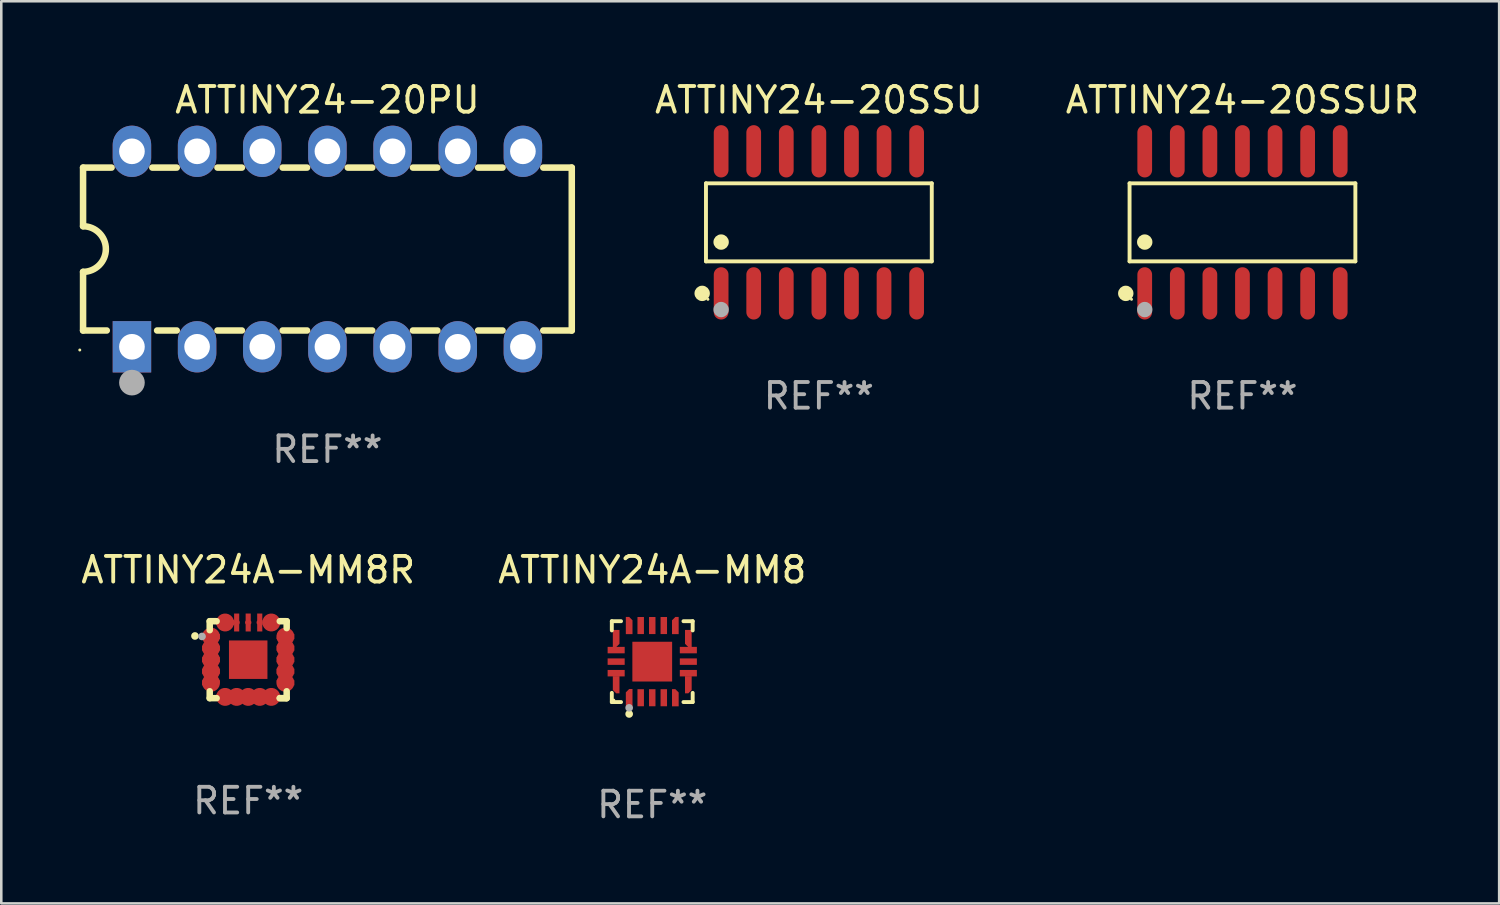
<source format=kicad_pcb>
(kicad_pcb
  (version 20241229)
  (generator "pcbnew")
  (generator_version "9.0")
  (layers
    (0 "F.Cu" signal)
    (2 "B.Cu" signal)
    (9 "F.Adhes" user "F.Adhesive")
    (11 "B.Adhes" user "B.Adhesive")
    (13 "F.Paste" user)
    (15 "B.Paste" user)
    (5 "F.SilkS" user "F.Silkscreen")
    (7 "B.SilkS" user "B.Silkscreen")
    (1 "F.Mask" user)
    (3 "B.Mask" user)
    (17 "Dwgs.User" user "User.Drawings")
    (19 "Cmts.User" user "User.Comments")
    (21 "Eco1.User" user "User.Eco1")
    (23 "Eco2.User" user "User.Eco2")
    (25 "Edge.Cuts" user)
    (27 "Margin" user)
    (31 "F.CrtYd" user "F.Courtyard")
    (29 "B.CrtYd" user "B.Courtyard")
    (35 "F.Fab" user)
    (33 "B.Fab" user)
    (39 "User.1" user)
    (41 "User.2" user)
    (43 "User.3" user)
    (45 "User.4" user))
  (footprint "ATTINY24-20PU"
    (layer "F.Cu")
    (at 9.713 6.658)
    (property "Reference" "ATTINY24-20PU" (at 0 -5.81 0) (layer "F.SilkS") (effects (font (size 1 1) (thickness 0.15))))
    (attr through_hole)
    (fp_line (start -9.525 -3.175) (end -9.525 -0.889) (stroke (width 0.254) (type solid)) (layer "F.SilkS"))
    (fp_line (start -9.525 -3.175) (end -8.414 -3.175) (stroke (width 0.254) (type solid)) (layer "F.SilkS"))
    (fp_line (start -9.525 3.175) (end -9.525 0.889) (stroke (width 0.254) (type solid)) (layer "F.SilkS"))
    (fp_line (start -8.601 3.175) (end -9.525 3.175) (stroke (width 0.254) (type solid)) (layer "F.SilkS"))
    (fp_line (start -6.826 -3.175) (end -5.874 -3.175) (stroke (width 0.254) (type solid)) (layer "F.SilkS"))
    (fp_line (start -5.874 3.175) (end -6.639 3.175) (stroke (width 0.254) (type solid)) (layer "F.SilkS"))
    (fp_line (start -4.286 -3.175) (end -3.334 -3.175) (stroke (width 0.254) (type solid)) (layer "F.SilkS"))
    (fp_line (start -3.334 3.175) (end -4.286 3.175) (stroke (width 0.254) (type solid)) (layer "F.SilkS"))
    (fp_line (start -1.746 -3.175) (end -0.794 -3.175) (stroke (width 0.254) (type solid)) (layer "F.SilkS"))
    (fp_line (start -0.794 3.175) (end -1.746 3.175) (stroke (width 0.254) (type solid)) (layer "F.SilkS"))
    (fp_line (start 0.794 -3.175) (end 1.746 -3.175) (stroke (width 0.254) (type solid)) (layer "F.SilkS"))
    (fp_line (start 1.746 3.175) (end 0.794 3.175) (stroke (width 0.254) (type solid)) (layer "F.SilkS"))
    (fp_line (start 3.334 -3.175) (end 4.286 -3.175) (stroke (width 0.254) (type solid)) (layer "F.SilkS"))
    (fp_line (start 4.286 3.175) (end 3.334 3.175) (stroke (width 0.254) (type solid)) (layer "F.SilkS"))
    (fp_line (start 5.874 -3.175) (end 6.826 -3.175) (stroke (width 0.254) (type solid)) (layer "F.SilkS"))
    (fp_line (start 6.826 3.175) (end 5.874 3.175) (stroke (width 0.254) (type solid)) (layer "F.SilkS"))
    (fp_line (start 8.414 -3.175) (end 9.525 -3.175) (stroke (width 0.254) (type solid)) (layer "F.SilkS"))
    (fp_line (start 9.525 -3.175) (end 9.525 3.175) (stroke (width 0.254) (type solid)) (layer "F.SilkS"))
    (fp_line (start 9.525 3.175) (end 8.414 3.175) (stroke (width 0.254) (type solid)) (layer "F.SilkS"))
    (fp_arc (start -9.525019 -0.889002) (mid -8.636017 0) (end -9.525019 0.889002) (stroke (width 0.254001) (type solid)) (layer "F.SilkS"))
    (fp_circle (center -9.653 3.935) (end -9.623 3.935) (stroke (width 0.06) (type solid)) (fill no) (layer "F.SilkS"))
    (fp_circle (center -7.62 5.207) (end -7.37 5.207) (stroke (width 0.5) (type solid)) (fill no) (layer "F.Fab"))
    (fp_text user "REF**" (at 0 7.81 0) (layer "F.Fab") (effects (font (size 1 1) (thickness 0.15))))
    (pad "1" thru_hole rect (at -7.62 3.81) (size 1.5 2) (drill 1) (layers "*.Cu" "*.Mask"))
    (pad "2" thru_hole oval (at -5.08 3.81) (size 1.5 2) (drill 1) (layers "*.Cu" "*.Mask"))
    (pad "3" thru_hole oval (at -2.54 3.81) (size 1.5 2) (drill 1) (layers "*.Cu" "*.Mask"))
    (pad "4" thru_hole oval (at 0 3.81) (size 1.5 2) (drill 1) (layers "*.Cu" "*.Mask"))
    (pad "5" thru_hole oval (at 2.54 3.81) (size 1.5 2) (drill 1) (layers "*.Cu" "*.Mask"))
    (pad "6" thru_hole oval (at 5.08 3.81) (size 1.5 2) (drill 1) (layers "*.Cu" "*.Mask"))
    (pad "7" thru_hole oval (at 7.62 3.81) (size 1.5 2) (drill 1) (layers "*.Cu" "*.Mask"))
    (pad "8" thru_hole oval (at 7.62 -3.81) (size 1.5 2) (drill 1) (layers "*.Cu" "*.Mask"))
    (pad "9" thru_hole oval (at 5.08 -3.81) (size 1.5 2) (drill 1) (layers "*.Cu" "*.Mask"))
    (pad "10" thru_hole oval (at 2.54 -3.81) (size 1.5 2) (drill 1) (layers "*.Cu" "*.Mask"))
    (pad "11" thru_hole oval (at 0 -3.81) (size 1.5 2) (drill 1) (layers "*.Cu" "*.Mask"))
    (pad "12" thru_hole oval (at -2.54 -3.81) (size 1.5 2) (drill 1) (layers "*.Cu" "*.Mask"))
    (pad "13" thru_hole oval (at -5.08 -3.81) (size 1.5 2) (drill 1) (layers "*.Cu" "*.Mask"))
    (pad "14" thru_hole oval (at -7.62 -3.81) (size 1.5 2) (drill 1) (layers "*.Cu" "*.Mask")))
  (footprint "ATTINY24A-MM8"
    (layer "F.Cu")
    (at 22.375 22.741)
    (property "Reference" "ATTINY24A-MM8" (at 0 -3.576 0) (layer "F.SilkS") (effects (font (size 1 1) (thickness 0.15))))
    (attr through_hole)
    (fp_line (start -1.576 -1.576) (end -1.217 -1.576) (stroke (width 0.152) (type solid)) (layer "F.SilkS"))
    (fp_line (start -1.576 -1.217) (end -1.576 -1.576) (stroke (width 0.152) (type solid)) (layer "F.SilkS"))
    (fp_line (start -1.576 1.217) (end -1.576 1.576) (stroke (width 0.152) (type solid)) (layer "F.SilkS"))
    (fp_line (start -1.576 1.576) (end -1.217 1.576) (stroke (width 0.152) (type solid)) (layer "F.SilkS"))
    (fp_line (start 1.576 -1.576) (end 1.217 -1.576) (stroke (width 0.152) (type solid)) (layer "F.SilkS"))
    (fp_line (start 1.576 -1.217) (end 1.576 -1.576) (stroke (width 0.152) (type solid)) (layer "F.SilkS"))
    (fp_line (start 1.576 1.217) (end 1.576 1.576) (stroke (width 0.152) (type solid)) (layer "F.SilkS"))
    (fp_line (start 1.576 1.576) (end 1.217 1.576) (stroke (width 0.152) (type solid)) (layer "F.SilkS"))
    (fp_circle (center -1.5 1.5) (end -1.47 1.5) (stroke (width 0.06) (type solid)) (fill no) (layer "F.SilkS"))
    (fp_circle (center -0.9 2.04) (end -0.825 2.04) (stroke (width 0.15) (type solid)) (fill no) (layer "F.SilkS"))
    (fp_circle (center -0.9 1.8) (end -0.825 1.8) (stroke (width 0.15) (type solid)) (fill no) (layer "F.Fab"))
    (fp_text user "REF**" (at 0 5.576 0) (layer "F.Fab") (effects (font (size 1 1) (thickness 0.15))))
    (pad "1" smd custom (at -0.9 1.402) (size 0.26 0.67) (layers "F.Cu" "F.Mask" "F.Paste") (options (anchor circle)) (primitives (gr_poly (pts (xy -0.13 0.335) (xy 0.13 0.335) (xy 0.13 -0.335) (xy 0 -0.335) (xy -0.13 -0.205) (xy -0.13 0.335)) (width 0) (fill yes))))
    (pad "2" smd rect (at -0.45 1.407 90) (size 0.665 0.252) (layers "F.Cu" "F.Mask" "F.Paste"))
    (pad "3" smd rect (at -0.000076 1.407 90) (size 0.665 0.252) (layers "F.Cu" "F.Mask" "F.Paste"))
    (pad "4" smd rect (at 0.45 1.407 90) (size 0.665 0.252) (layers "F.Cu" "F.Mask" "F.Paste"))
    (pad "5" smd custom (at 0.9 1.407) (size 0.26 0.67) (layers "F.Cu" "F.Mask" "F.Paste") (options (anchor circle)) (primitives (gr_poly (pts (xy 0.13 0.335) (xy -0.13 0.335) (xy -0.13 -0.335) (xy 0 -0.335) (xy 0.13 -0.205) (xy 0.13 0.335)) (width 0) (fill yes))))
    (pad "6" smd custom (at 1.407 0.9 90) (size 0.26 0.67) (layers "F.Cu" "F.Mask" "F.Paste") (options (anchor circle)) (primitives (gr_poly (pts (xy 0.335 0.13) (xy 0.335 -0.13) (xy -0.335 -0.13) (xy -0.335 0) (xy -0.205 0.13) (xy 0.335 0.13)) (width 0) (fill yes))))
    (pad "7" smd rect (at 1.407 0.45 90) (size 0.252 0.665) (layers "F.Cu" "F.Mask" "F.Paste"))
    (pad "8" smd rect (at 1.407 -0.000076 90) (size 0.252 0.665) (layers "F.Cu" "F.Mask" "F.Paste"))
    (pad "9" smd rect (at 1.407 -0.45 90) (size 0.252 0.665) (layers "F.Cu" "F.Mask" "F.Paste"))
    (pad "10" smd custom (at 1.407 -0.9 90) (size 0.26 0.67) (layers "F.Cu" "F.Mask" "F.Paste") (options (anchor circle)) (primitives (gr_poly (pts (xy 0.335 -0.13) (xy 0.335 0.13) (xy -0.335 0.13) (xy -0.335 0) (xy -0.205 -0.13) (xy 0.335 -0.13)) (width 0) (fill yes))))
    (pad "11" smd custom (at 0.9 -1.407 180) (size 0.26 0.67) (layers "F.Cu" "F.Mask" "F.Paste") (options (anchor circle)) (primitives (gr_poly (pts (xy 0.13 -0.335) (xy -0.13 -0.335) (xy -0.13 0.335) (xy 0 0.335) (xy 0.13 0.205) (xy 0.13 -0.335)) (width 0) (fill yes))))
    (pad "12" smd rect (at 0.45 -1.407 90) (size 0.665 0.252) (layers "F.Cu" "F.Mask" "F.Paste"))
    (pad "13" smd rect (at -0.000076 -1.407 90) (size 0.665 0.252) (layers "F.Cu" "F.Mask" "F.Paste"))
    (pad "14" smd rect (at -0.45 -1.407 90) (size 0.665 0.252) (layers "F.Cu" "F.Mask" "F.Paste"))
    (pad "15" smd custom (at -0.9 -1.407 180) (size 0.26 0.67) (layers "F.Cu" "F.Mask" "F.Paste") (options (anchor circle)) (primitives (gr_poly (pts (xy -0.13 -0.335) (xy 0.13 -0.335) (xy 0.13 0.335) (xy 0 0.335) (xy -0.13 0.205) (xy -0.13 -0.335)) (width 0) (fill yes))))
    (pad "16" smd custom (at -1.407 -0.9 270) (size 0.26 0.67) (layers "F.Cu" "F.Mask" "F.Paste") (options (anchor circle)) (primitives (gr_poly (pts (xy -0.335 -0.13) (xy -0.335 0.13) (xy 0.335 0.13) (xy 0.335 0) (xy 0.205 -0.13) (xy -0.335 -0.13)) (width 0) (fill yes))))
    (pad "17" smd rect (at -1.407 -0.45 90) (size 0.252 0.665) (layers "F.Cu" "F.Mask" "F.Paste"))
    (pad "18" smd rect (at -1.407 -0.000076 90) (size 0.252 0.665) (layers "F.Cu" "F.Mask" "F.Paste"))
    (pad "19" smd rect (at -1.407 0.45 90) (size 0.252 0.665) (layers "F.Cu" "F.Mask" "F.Paste"))
    (pad "20" smd custom (at -1.407 0.9 270) (size 0.26 0.67) (layers "F.Cu" "F.Mask" "F.Paste") (options (anchor circle)) (primitives (gr_poly (pts (xy -0.335 0.13) (xy -0.335 -0.13) (xy 0.335 -0.13) (xy 0.335 0) (xy 0.205 0.13) (xy -0.335 0.13)) (width 0) (fill yes))))
    (pad "21" smd rect (at -0.000076 -0.000076 90) (size 1.55 1.55) (layers "F.Cu" "F.Mask" "F.Paste")))
  (footprint "ATTINY24-20SSU"
    (layer "F.Cu")
    (at 28.87 5.617)
    (property "Reference" "ATTINY24-20SSU" (at 0 -4.769 0) (layer "F.SilkS") (effects (font (size 1 1) (thickness 0.15))))
    (attr through_hole)
    (fp_line (start -4.401 -1.521) (end 4.401 -1.521) (stroke (width 0.152) (type solid)) (layer "F.SilkS"))
    (fp_line (start -4.401 1.521) (end -4.401 -1.521) (stroke (width 0.152) (type solid)) (layer "F.SilkS"))
    (fp_line (start 4.401 -1.521) (end 4.401 1.521) (stroke (width 0.152) (type solid)) (layer "F.SilkS"))
    (fp_line (start 4.401 1.521) (end -4.401 1.521) (stroke (width 0.152) (type solid)) (layer "F.SilkS"))
    (fp_circle (center -4.549 2.769) (end -4.399 2.769) (stroke (width 0.3) (type solid)) (fill no) (layer "F.SilkS"))
    (fp_circle (center -4.325 3) (end -4.295 3) (stroke (width 0.06) (type solid)) (fill no) (layer "F.SilkS"))
    (fp_circle (center -3.81 0.769) (end -3.66 0.769) (stroke (width 0.3) (type solid)) (fill no) (layer "F.SilkS"))
    (fp_circle (center -3.81 3.4) (end -3.66 3.4) (stroke (width 0.3) (type solid)) (fill no) (layer "F.Fab"))
    (fp_text user "REF**" (at 0 6.769 0) (layer "F.Fab") (effects (font (size 1 1) (thickness 0.15))))
    (pad "1" smd oval (at -3.81 2.769) (size 0.574 2.038) (layers "F.Cu" "F.Mask" "F.Paste"))
    (pad "2" smd oval (at -2.54 2.769) (size 0.574 2.038) (layers "F.Cu" "F.Mask" "F.Paste"))
    (pad "3" smd oval (at -1.27 2.769) (size 0.574 2.038) (layers "F.Cu" "F.Mask" "F.Paste"))
    (pad "4" smd oval (at 0 2.769) (size 0.574 2.038) (layers "F.Cu" "F.Mask" "F.Paste"))
    (pad "5" smd oval (at 1.27 2.769) (size 0.574 2.038) (layers "F.Cu" "F.Mask" "F.Paste"))
    (pad "6" smd oval (at 2.54 2.769) (size 0.574 2.038) (layers "F.Cu" "F.Mask" "F.Paste"))
    (pad "7" smd oval (at 3.81 2.769) (size 0.574 2.038) (layers "F.Cu" "F.Mask" "F.Paste"))
    (pad "8" smd oval (at 3.81 -2.769) (size 0.574 2.038) (layers "F.Cu" "F.Mask" "F.Paste"))
    (pad "9" smd oval (at 2.54 -2.769) (size 0.574 2.038) (layers "F.Cu" "F.Mask" "F.Paste"))
    (pad "10" smd oval (at 1.27 -2.769) (size 0.574 2.038) (layers "F.Cu" "F.Mask" "F.Paste"))
    (pad "11" smd oval (at 0 -2.769) (size 0.574 2.038) (layers "F.Cu" "F.Mask" "F.Paste"))
    (pad "12" smd oval (at -1.27 -2.769) (size 0.574 2.038) (layers "F.Cu" "F.Mask" "F.Paste"))
    (pad "13" smd oval (at -2.54 -2.769) (size 0.574 2.038) (layers "F.Cu" "F.Mask" "F.Paste"))
    (pad "14" smd oval (at -3.81 -2.769) (size 0.574 2.038) (layers "F.Cu" "F.Mask" "F.Paste")))
  (footprint "ATTINY24A-MM8R"
    (layer "F.Cu")
    (at 6.625 22.665)
    (property "Reference" "ATTINY24A-MM8R" (at 0 -3.5 0) (layer "F.SilkS") (effects (font (size 1 1) (thickness 0.15))))
    (attr through_hole)
    (fp_line (start -1.5 -1.5) (end -1.5 -1.15) (stroke (width 0.254) (type solid)) (layer "F.SilkS"))
    (fp_line (start -1.5 -1.5) (end -1.231 -1.5) (stroke (width 0.254) (type solid)) (layer "F.SilkS"))
    (fp_line (start -1.5 1.5) (end -1.5 1.231) (stroke (width 0.254) (type solid)) (layer "F.SilkS"))
    (fp_line (start -1.5 1.5) (end -1.231 1.5) (stroke (width 0.254) (type solid)) (layer "F.SilkS"))
    (fp_line (start 1.231 1.5) (end 1.475 1.5) (stroke (width 0.254) (type solid)) (layer "F.SilkS"))
    (fp_line (start 1.231 -1.5) (end 1.5 -1.5) (stroke (width 0.254) (type solid)) (layer "F.SilkS"))
    (fp_line (start 1.5 -1.5) (end 1.5 -1.231) (stroke (width 0.254) (type solid)) (layer "F.SilkS"))
    (fp_line (start 1.5 1.5) (end 1.231 1.5) (stroke (width 0.254) (type solid)) (layer "F.SilkS"))
    (fp_line (start 1.5 1.5) (end 1.5 1.231) (stroke (width 0.254) (type solid)) (layer "F.SilkS"))
    (fp_circle (center -2.075 -0.925) (end -2 -0.925) (stroke (width 0.15) (type solid)) (fill no) (layer "F.SilkS"))
    (fp_circle (center -1.5 -1.506) (end -1.47 -1.506) (stroke (width 0.06) (type solid)) (fill no) (layer "F.SilkS"))
    (fp_circle (center -1.8 -0.906) (end -1.725 -0.906) (stroke (width 0.15) (type solid)) (fill no) (layer "F.Fab"))
    (fp_text user "REF**" (at 0 5.5 0) (layer "F.Fab") (effects (font (size 1 1) (thickness 0.15))))
    (pad "1" smd custom (at -1.45 -0.9 180) (size 0.7 0.2) (layers "F.Cu" "F.Mask" "F.Paste") (options (anchor circle)) (primitives (gr_poly (pts (xy 0.35 0.1) (xy -0.35 0.1) (xy -0.35 -0.1) (xy 0.2 -0.1) (xy 0.25 -0.1) (xy 0.35 0)) (width 0) (fill yes))))
    (pad "2" smd custom (at -1.45 -0.45) (size 0.7 0.25) (layers "F.Cu" "F.Mask" "F.Paste") (options (anchor circle)) (primitives (gr_poly (pts (xy 0.25 0.1) (xy 0.35 0.1) (xy 0.35 -0.1) (xy -0.35 -0.1) (xy -0.35 0.1)) (width 0) (fill yes))))
    (pad "3" smd custom (at -1.45 0.000064) (size 0.7 0.25) (layers "F.Cu" "F.Mask" "F.Paste") (options (anchor circle)) (primitives (gr_poly (pts (xy 0.25 0.1) (xy 0.35 0.1) (xy 0.35 -0.1) (xy -0.35 -0.1) (xy -0.35 0.1)) (width 0) (fill yes))))
    (pad "4" smd custom (at -1.45 0.45) (size 0.7 0.25) (layers "F.Cu" "F.Mask" "F.Paste") (options (anchor circle)) (primitives (gr_poly (pts (xy 0.25 0.1) (xy 0.35 0.1) (xy 0.35 -0.1) (xy -0.35 -0.1) (xy -0.35 0.1)) (width 0) (fill yes))))
    (pad "5" smd custom (at -1.45 0.9) (size 0.7 0.2) (layers "F.Cu" "F.Mask" "F.Paste") (options (anchor circle)) (primitives (gr_poly (pts (xy 0.35 -0.1) (xy -0.35 -0.1) (xy -0.35 0.1) (xy 0.2 0.1) (xy 0.25 0.1) (xy 0.35 0)) (width 0) (fill yes))))
    (pad "6" smd custom (at -0.9 1.45 270) (size 0.7 0.2) (layers "F.Cu" "F.Mask" "F.Paste") (options (anchor circle)) (primitives (gr_poly (pts (xy 0.1 -0.35) (xy 0.1 0.35) (xy -0.1 0.35) (xy -0.1 -0.2) (xy -0.1 -0.25) (xy -0.000127 -0.35)) (width 0) (fill yes))))
    (pad "7" smd custom (at -0.45 1.45 270) (size 0.7 0.25) (layers "F.Cu" "F.Mask" "F.Paste") (options (anchor circle)) (primitives (gr_poly (pts (xy -0.1 0.25) (xy -0.1 0.35) (xy 0.1 0.35) (xy 0.1 -0.35) (xy -0.1 -0.35)) (width 0) (fill yes))))
    (pad "8" smd custom (at 0 1.45 270) (size 0.7 0.25) (layers "F.Cu" "F.Mask" "F.Paste") (options (anchor circle)) (primitives (gr_poly (pts (xy -0.1 0.25) (xy -0.1 0.35) (xy 0.1 0.35) (xy 0.1 -0.35) (xy -0.1 -0.35)) (width 0) (fill yes))))
    (pad "9" smd custom (at 0.45 1.45 90) (size 0.7 0.25) (layers "F.Cu" "F.Mask" "F.Paste") (options (anchor circle)) (primitives (gr_poly (pts (xy 0.1 0.25) (xy 0.1 0.35) (xy -0.1 0.35) (xy -0.1 -0.35) (xy 0.1 -0.35)) (width 0) (fill yes))))
    (pad "10" smd custom (at 0.9 1.45 270) (size 0.7 0.2) (layers "F.Cu" "F.Mask" "F.Paste") (options (anchor circle)) (primitives (gr_poly (pts (xy -0.1 -0.35) (xy -0.1 0.35) (xy 0.1 0.35) (xy 0.1 -0.2) (xy 0.1 -0.25) (xy 0.000127 -0.35)) (width 0) (fill yes))))
    (pad "11" smd custom (at 1.45 0.9) (size 0.7 0.2) (layers "F.Cu" "F.Mask" "F.Paste") (options (anchor circle)) (primitives (gr_poly (pts (xy -0.35 -0.1) (xy 0.35 -0.1) (xy 0.35 0.1) (xy -0.2 0.1) (xy -0.25 0.1) (xy -0.35 0)) (width 0) (fill yes))))
    (pad "12" smd custom (at 1.45 0.45) (size 0.7 0.25) (layers "F.Cu" "F.Mask" "F.Paste") (options (anchor circle)) (primitives (gr_poly (pts (xy -0.25 0.1) (xy -0.35 0.1) (xy -0.35 -0.1) (xy 0.35 -0.1) (xy 0.35 0.1)) (width 0) (fill yes))))
    (pad "13" smd custom (at 1.45 0.000013) (size 0.7 0.25) (layers "F.Cu" "F.Mask" "F.Paste") (options (anchor circle)) (primitives (gr_poly (pts (xy -0.25 0.1) (xy -0.35 0.1) (xy -0.35 -0.1) (xy 0.35 -0.1) (xy 0.35 0.1)) (width 0) (fill yes))))
    (pad "14" smd custom (at 1.45 -0.45) (size 0.7 0.25) (layers "F.Cu" "F.Mask" "F.Paste") (options (anchor circle)) (primitives (gr_poly (pts (xy -0.25 0.1) (xy -0.35 0.1) (xy -0.35 -0.1) (xy 0.35 -0.1) (xy 0.35 0.1)) (width 0) (fill yes))))
    (pad "15" smd custom (at 1.45 -0.9) (size 0.7 0.2) (layers "F.Cu" "F.Mask" "F.Paste") (options (anchor circle)) (primitives (gr_poly (pts (xy -0.35 0.1) (xy 0.35 0.1) (xy 0.35 -0.1) (xy -0.2 -0.1) (xy -0.25 -0.1) (xy -0.35 0)) (width 0) (fill yes))))
    (pad "16" smd custom (at 0.9 -1.45 90) (size 0.7 0.2) (layers "F.Cu" "F.Mask" "F.Paste") (options (anchor circle)) (primitives (gr_poly (pts (xy -0.1 0.35) (xy -0.1 -0.35) (xy 0.1 -0.35) (xy 0.1 0.2) (xy 0.1 0.25) (xy 0.000076 0.35)) (width 0) (fill yes))))
    (pad "17" smd custom (at 0.45 -1.45) (size 0.25 0.7) (layers "F.Cu" "F.Mask" "F.Paste") (options (anchor circle)) (primitives (gr_poly (pts (xy 0.1 0.25) (xy 0.1 0.35) (xy -0.1 0.35) (xy -0.1 -0.35) (xy 0.1 -0.35)) (width 0) (fill yes))))
    (pad "18" smd custom (at 0 -1.45) (size 0.25 0.7) (layers "F.Cu" "F.Mask" "F.Paste") (options (anchor circle)) (primitives (gr_poly (pts (xy 0.1 0.25) (xy 0.1 0.35) (xy -0.1 0.35) (xy -0.1 -0.35) (xy 0.1 -0.35)) (width 0) (fill yes))))
    (pad "19" smd custom (at -0.45 -1.45 180) (size 0.25 0.7) (layers "F.Cu" "F.Mask" "F.Paste") (options (anchor circle)) (primitives (gr_poly (pts (xy -0.1 0.25) (xy -0.1 0.35) (xy 0.1 0.35) (xy 0.1 -0.35) (xy -0.1 -0.35)) (width 0) (fill yes))))
    (pad "21" smd rect (at 0 0.000013) (size 1.5 1.5) (layers "F.Cu" "F.Mask" "F.Paste"))
    (pad "25" smd custom (at -0.9 -1.45 270) (size 0.7 0.2) (layers "F.Cu" "F.Mask" "F.Paste") (options (anchor circle)) (primitives (gr_poly (pts (xy 0.1 0.35) (xy 0.1 -0.35) (xy -0.1 -0.35) (xy -0.1 0.2) (xy -0.1 0.25) (xy -0.000102 0.35)) (width 0) (fill yes)))))
  (footprint "ATTINY24-20SSUR"
    (layer "F.Cu")
    (at 45.382 5.617)
    (property "Reference" "ATTINY24-20SSUR" (at 0 -4.769 0) (layer "F.SilkS") (effects (font (size 1 1) (thickness 0.15))))
    (attr through_hole)
    (fp_line (start -4.401 -1.521) (end 4.401 -1.521) (stroke (width 0.152) (type solid)) (layer "F.SilkS"))
    (fp_line (start -4.401 1.521) (end -4.401 -1.521) (stroke (width 0.152) (type solid)) (layer "F.SilkS"))
    (fp_line (start 4.401 -1.521) (end 4.401 1.521) (stroke (width 0.152) (type solid)) (layer "F.SilkS"))
    (fp_line (start 4.401 1.521) (end -4.401 1.521) (stroke (width 0.152) (type solid)) (layer "F.SilkS"))
    (fp_circle (center -4.549 2.769) (end -4.399 2.769) (stroke (width 0.3) (type solid)) (fill no) (layer "F.SilkS"))
    (fp_circle (center -4.325 3) (end -4.295 3) (stroke (width 0.06) (type solid)) (fill no) (layer "F.SilkS"))
    (fp_circle (center -3.81 0.769) (end -3.66 0.769) (stroke (width 0.3) (type solid)) (fill no) (layer "F.SilkS"))
    (fp_circle (center -3.81 3.4) (end -3.66 3.4) (stroke (width 0.3) (type solid)) (fill no) (layer "F.Fab"))
    (fp_text user "REF**" (at 0 6.769 0) (layer "F.Fab") (effects (font (size 1 1) (thickness 0.15))))
    (pad "1" smd oval (at -3.81 2.769) (size 0.574 2.038) (layers "F.Cu" "F.Mask" "F.Paste"))
    (pad "2" smd oval (at -2.54 2.769) (size 0.574 2.038) (layers "F.Cu" "F.Mask" "F.Paste"))
    (pad "3" smd oval (at -1.27 2.769) (size 0.574 2.038) (layers "F.Cu" "F.Mask" "F.Paste"))
    (pad "4" smd oval (at 0 2.769) (size 0.574 2.038) (layers "F.Cu" "F.Mask" "F.Paste"))
    (pad "5" smd oval (at 1.27 2.769) (size 0.574 2.038) (layers "F.Cu" "F.Mask" "F.Paste"))
    (pad "6" smd oval (at 2.54 2.769) (size 0.574 2.038) (layers "F.Cu" "F.Mask" "F.Paste"))
    (pad "7" smd oval (at 3.81 2.769) (size 0.574 2.038) (layers "F.Cu" "F.Mask" "F.Paste"))
    (pad "8" smd oval (at 3.81 -2.769) (size 0.574 2.038) (layers "F.Cu" "F.Mask" "F.Paste"))
    (pad "9" smd oval (at 2.54 -2.769) (size 0.574 2.038) (layers "F.Cu" "F.Mask" "F.Paste"))
    (pad "10" smd oval (at 1.27 -2.769) (size 0.574 2.038) (layers "F.Cu" "F.Mask" "F.Paste"))
    (pad "11" smd oval (at 0 -2.769) (size 0.574 2.038) (layers "F.Cu" "F.Mask" "F.Paste"))
    (pad "12" smd oval (at -1.27 -2.769) (size 0.574 2.038) (layers "F.Cu" "F.Mask" "F.Paste"))
    (pad "13" smd oval (at -2.54 -2.769) (size 0.574 2.038) (layers "F.Cu" "F.Mask" "F.Paste"))
    (pad "14" smd oval (at -3.81 -2.769) (size 0.574 2.038) (layers "F.Cu" "F.Mask" "F.Paste")))
  (gr_rect
    (start -3 -3)
    (end 55.388 32.165)
    (stroke (width 0.1) (type default))
    (fill no)
    (layer "Edge.Cuts")))
</source>
